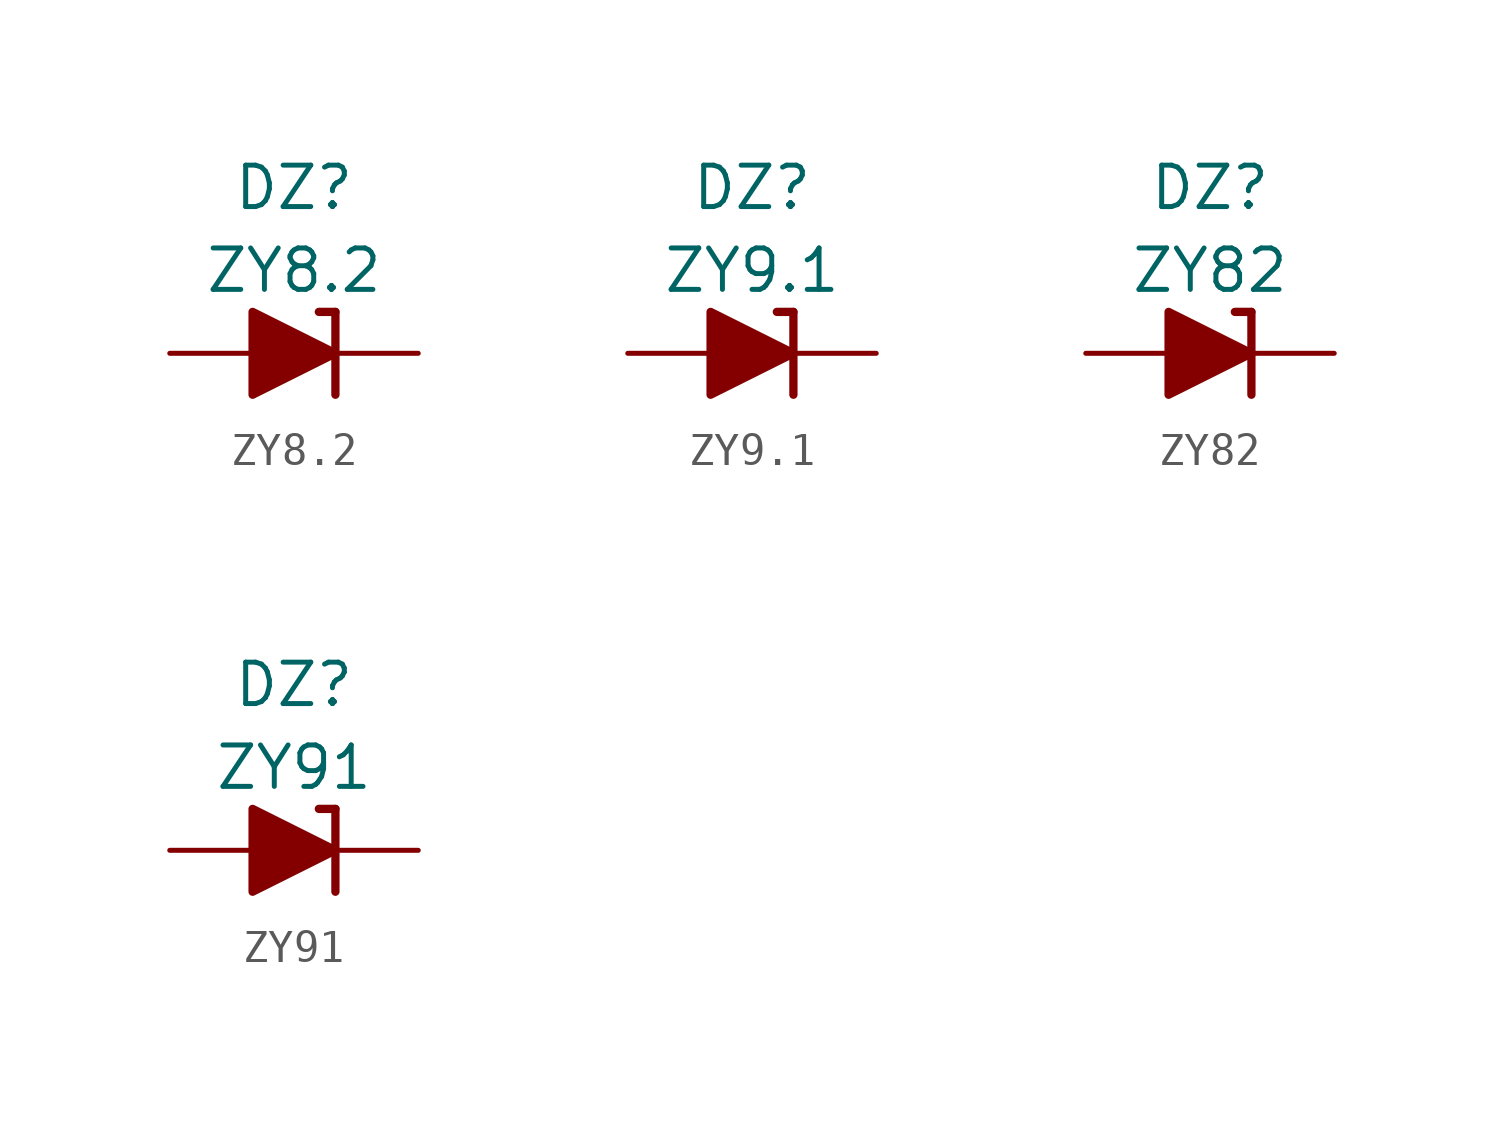
<source format=kicad_sym>
(kicad_symbol_lib
  (version 20211014)
  (generator kicad_symbol_editor)
  (symbol "ZY8.2"
    (pin_numbers hide)
    (pin_names
      (offset 1.016) hide)
    (property "Reference" "DZ"
      (at 0 5.08 0)
      (effects (font (size 1.27 1.27))))
    (property "Value" "ZY8.2"
      (at 0 2.54 0)
      (effects (font (size 1.27 1.27))))
    (symbol "ZY8.2_0_1"
      (polyline (pts (xy -1.27 0) (xy 1.27 0)) (stroke (width 0) (type default) (color 0 0 0 0)) (fill (type none)))
      (polyline (pts (xy 1.27 1.27) (xy 0.762 1.27)) (stroke (width 0.254) (type default) (color 0 0 0 0)) (fill (type none)))
      (polyline (pts (xy 1.27 1.27) (xy 1.27 -1.27)) (stroke (width 0.254) (type default) (color 0 0 0 0)) (fill (type none)))
      (polyline (pts (xy -1.27 -1.27) (xy -1.27 1.27) (xy 1.27 0) (xy -1.27 -1.27)) (stroke (width 0.254) (type default) (color 0 0 0 0)) (fill (type outline))))
    (symbol "ZY8.2_1_1"
      (pin passive line (at 3.81 0 180) (length 2.54) (name "K" (effects (font (size 1.27 1.27)))) (number "1" (effects (font (size 1.27 1.27)))))
      (pin passive line (at -3.81 0 0) (length 2.54) (name "A" (effects (font (size 1.27 1.27)))) (number "2" (effects (font (size 1.27 1.27)))))))
  (symbol "ZY9.1"
    (pin_numbers hide)
    (pin_names
      (offset 1.016) hide)
    (property "Reference" "DZ"
      (at 0 5.08 0)
      (effects (font (size 1.27 1.27))))
    (property "Value" "ZY9.1"
      (at 0 2.54 0)
      (effects (font (size 1.27 1.27))))
    (symbol "ZY9.1_0_1"
      (polyline (pts (xy -1.27 0) (xy 1.27 0)) (stroke (width 0) (type default) (color 0 0 0 0)) (fill (type none)))
      (polyline (pts (xy 1.27 1.27) (xy 0.762 1.27)) (stroke (width 0.254) (type default) (color 0 0 0 0)) (fill (type none)))
      (polyline (pts (xy 1.27 1.27) (xy 1.27 -1.27)) (stroke (width 0.254) (type default) (color 0 0 0 0)) (fill (type none)))
      (polyline (pts (xy -1.27 -1.27) (xy -1.27 1.27) (xy 1.27 0) (xy -1.27 -1.27)) (stroke (width 0.254) (type default) (color 0 0 0 0)) (fill (type outline))))
    (symbol "ZY9.1_1_1"
      (pin passive line (at 3.81 0 180) (length 2.54) (name "K" (effects (font (size 1.27 1.27)))) (number "1" (effects (font (size 1.27 1.27)))))
      (pin passive line (at -3.81 0 0) (length 2.54) (name "A" (effects (font (size 1.27 1.27)))) (number "2" (effects (font (size 1.27 1.27)))))))
  (symbol "ZY82"
    (pin_numbers hide)
    (pin_names
      (offset 1.016) hide)
    (property "Reference" "DZ"
      (at 0 5.08 0)
      (effects (font (size 1.27 1.27))))
    (property "Value" "ZY82"
      (at 0 2.54 0)
      (effects (font (size 1.27 1.27))))
    (symbol "ZY82_0_1"
      (polyline (pts (xy -1.27 0) (xy 1.27 0)) (stroke (width 0) (type default) (color 0 0 0 0)) (fill (type none)))
      (polyline (pts (xy 1.27 1.27) (xy 0.762 1.27)) (stroke (width 0.254) (type default) (color 0 0 0 0)) (fill (type none)))
      (polyline (pts (xy 1.27 1.27) (xy 1.27 -1.27)) (stroke (width 0.254) (type default) (color 0 0 0 0)) (fill (type none)))
      (polyline (pts (xy -1.27 -1.27) (xy -1.27 1.27) (xy 1.27 0) (xy -1.27 -1.27)) (stroke (width 0.254) (type default) (color 0 0 0 0)) (fill (type outline))))
    (symbol "ZY82_1_1"
      (pin passive line (at 3.81 0 180) (length 2.54) (name "K" (effects (font (size 1.27 1.27)))) (number "1" (effects (font (size 1.27 1.27)))))
      (pin passive line (at -3.81 0 0) (length 2.54) (name "A" (effects (font (size 1.27 1.27)))) (number "2" (effects (font (size 1.27 1.27)))))))
  (symbol "ZY91"
    (pin_numbers hide)
    (pin_names
      (offset 1.016) hide)
    (property "Reference" "DZ"
      (at 0 5.08 0)
      (effects (font (size 1.27 1.27))))
    (property "Value" "ZY91"
      (at 0 2.54 0)
      (effects (font (size 1.27 1.27))))
    (symbol "ZY91_0_1"
      (polyline (pts (xy -1.27 0) (xy 1.27 0)) (stroke (width 0) (type default) (color 0 0 0 0)) (fill (type none)))
      (polyline (pts (xy 1.27 1.27) (xy 0.762 1.27)) (stroke (width 0.254) (type default) (color 0 0 0 0)) (fill (type none)))
      (polyline (pts (xy 1.27 1.27) (xy 1.27 -1.27)) (stroke (width 0.254) (type default) (color 0 0 0 0)) (fill (type none)))
      (polyline (pts (xy -1.27 -1.27) (xy -1.27 1.27) (xy 1.27 0) (xy -1.27 -1.27)) (stroke (width 0.254) (type default) (color 0 0 0 0)) (fill (type outline))))
    (symbol "ZY91_1_1"
      (pin passive line (at 3.81 0 180) (length 2.54) (name "K" (effects (font (size 1.27 1.27)))) (number "1" (effects (font (size 1.27 1.27)))))
      (pin passive line (at -3.81 0 0) (length 2.54) (name "A" (effects (font (size 1.27 1.27)))) (number "2" (effects (font (size 1.27 1.27))))))))
</source>
